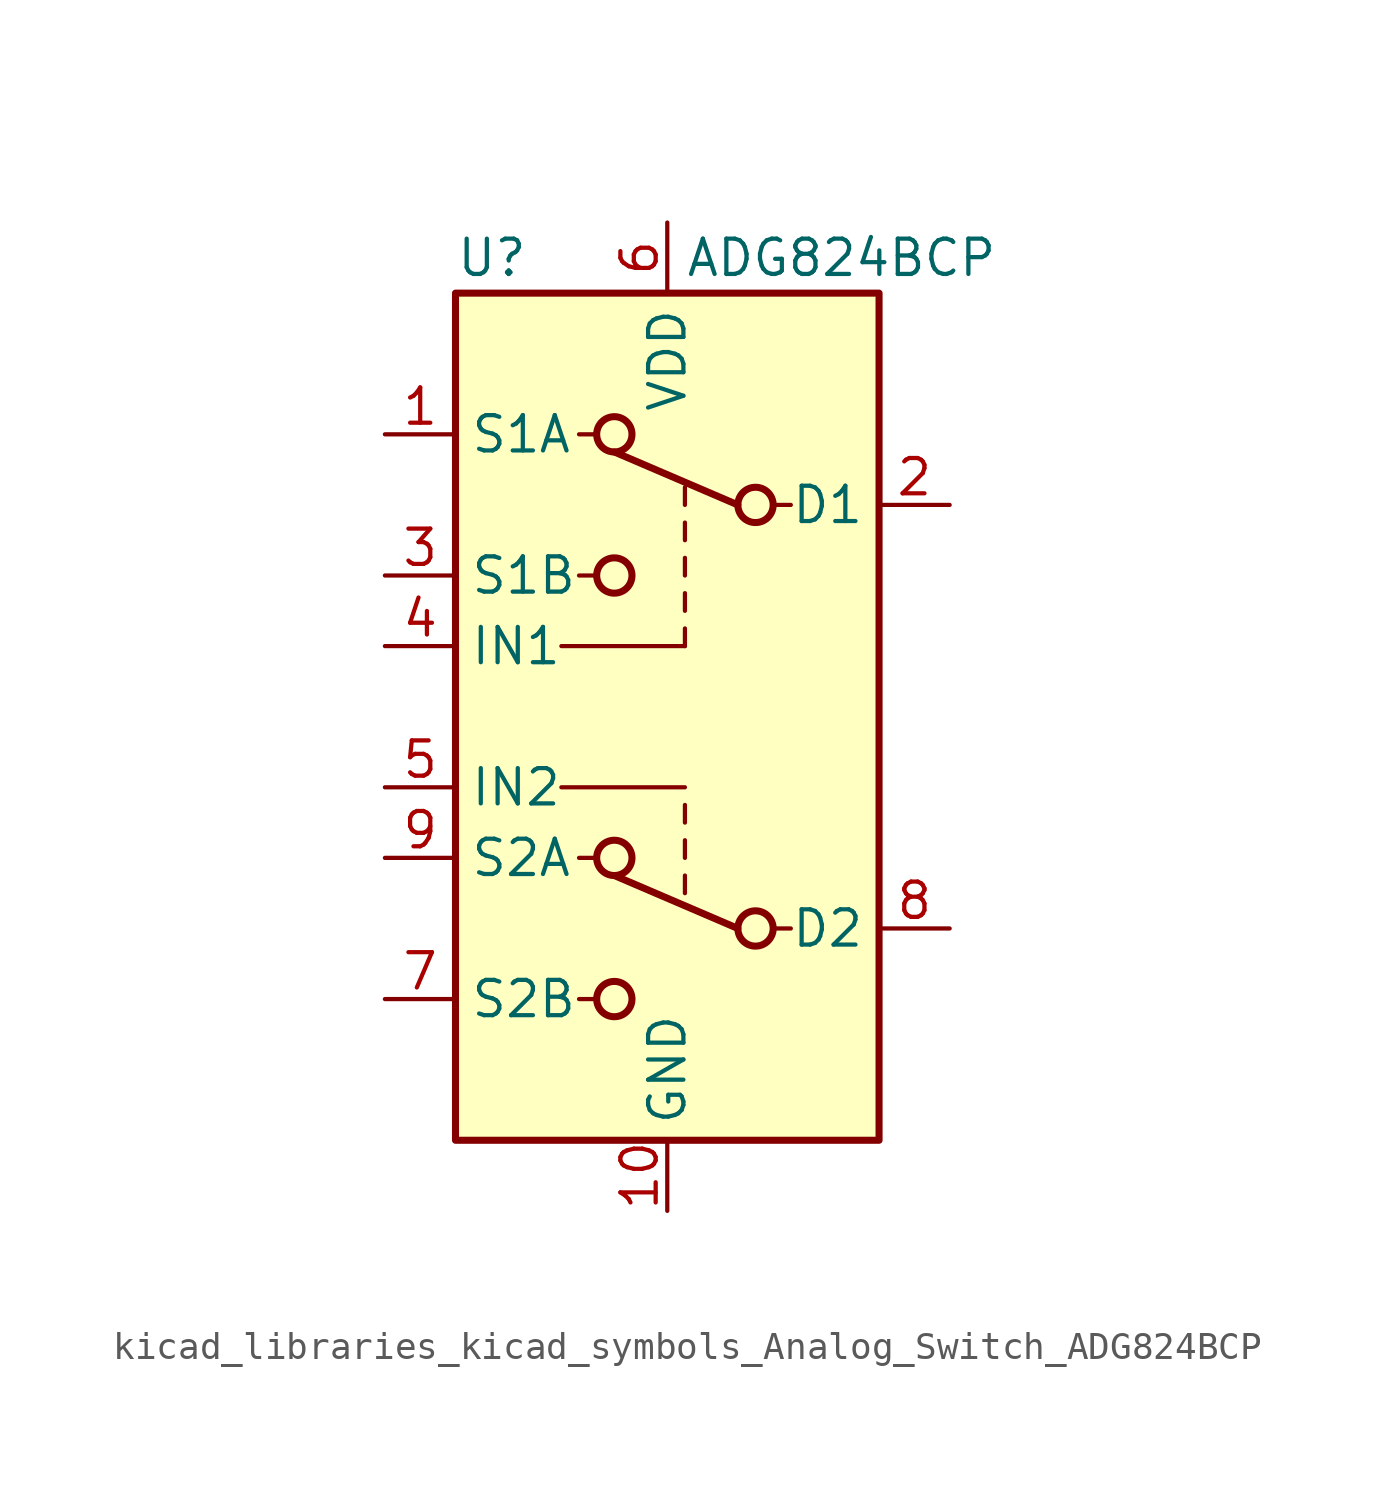
<source format=kicad_sym>
(kicad_symbol_lib
  (version 20220914)
  (generator kicad_symbol_editor)
  (symbol "kicad_libraries_kicad_symbols_Analog_Switch_ADG824BCP"
    (property "Reference" "U"
      (at -7.62 16.51 0)
      (effects (font (size 1.27 1.27)) (justify left)))
    (property "Value" "ADG824BCP"
      (at 0.635 16.51 0)
      (effects (font (size 1.27 1.27)) (justify left)))
    (symbol "kicad_libraries_kicad_symbols_Analog_Switch_ADG824BCP_0_1"
      (rectangle (start -7.62 15.24) (end 7.62 -15.24) (stroke (width 0.254) (type default)) (fill (type background)))
      (circle (center -1.905 -10.16) (radius 0.635) (stroke (width 0.254) (type default)) (fill (type none)))
      (circle (center -1.905 -5.08) (radius 0.635) (stroke (width 0.254) (type default)) (fill (type none)))
      (circle (center -1.905 5.08) (radius 0.635) (stroke (width 0.254) (type default)) (fill (type none)))
      (circle (center -1.905 10.16) (radius 0.635) (stroke (width 0.254) (type default)) (fill (type none)))
      (polyline (pts (xy -3.81 -2.54) (xy 0.635 -2.54)) (stroke (width 0) (type default)) (fill (type none)))
      (polyline (pts (xy -3.81 2.54) (xy 0.635 2.54)) (stroke (width 0) (type default)) (fill (type none)))
      (polyline (pts (xy -3.175 -10.16) (xy -2.54 -10.16)) (stroke (width 0) (type default)) (fill (type none)))
      (polyline (pts (xy -3.175 -5.08) (xy -2.54 -5.08)) (stroke (width 0) (type default)) (fill (type none)))
      (polyline (pts (xy -3.175 5.08) (xy -2.54 5.08)) (stroke (width 0) (type default)) (fill (type none)))
      (polyline (pts (xy -3.175 10.16) (xy -2.54 10.16)) (stroke (width 0) (type default)) (fill (type none)))
      (polyline (pts (xy -1.905 9.525) (xy 2.54 7.62)) (stroke (width 0.254) (type default)) (fill (type none)))
      (polyline (pts (xy 0.635 -5.715) (xy 0.635 -6.35)) (stroke (width 0) (type default)) (fill (type none)))
      (polyline (pts (xy 0.635 -4.445) (xy 0.635 -5.08)) (stroke (width 0) (type default)) (fill (type none)))
      (polyline (pts (xy 0.635 -3.175) (xy 0.635 -3.81)) (stroke (width 0) (type default)) (fill (type none)))
      (polyline (pts (xy 0.635 3.175) (xy 0.635 2.54)) (stroke (width 0) (type default)) (fill (type none)))
      (polyline (pts (xy 0.635 4.445) (xy 0.635 3.81)) (stroke (width 0) (type default)) (fill (type none)))
      (polyline (pts (xy 0.635 5.715) (xy 0.635 5.08)) (stroke (width 0) (type default)) (fill (type none)))
      (polyline (pts (xy 0.635 6.985) (xy 0.635 6.35)) (stroke (width 0) (type default)) (fill (type none)))
      (polyline (pts (xy 0.635 8.255) (xy 0.635 7.62)) (stroke (width 0) (type default)) (fill (type none)))
      (polyline (pts (xy 2.54 -7.62) (xy -1.905 -5.715)) (stroke (width 0.254) (type default)) (fill (type none)))
      (polyline (pts (xy 4.445 -7.62) (xy 3.81 -7.62)) (stroke (width 0) (type default)) (fill (type none)))
      (polyline (pts (xy 4.445 7.62) (xy 3.81 7.62)) (stroke (width 0) (type default)) (fill (type none)))
      (circle (center 3.175 -7.62) (radius 0.635) (stroke (width 0.254) (type default)) (fill (type none)))
      (circle (center 3.175 7.62) (radius 0.635) (stroke (width 0.254) (type default)) (fill (type none))))
    (symbol "kicad_libraries_kicad_symbols_Analog_Switch_ADG824BCP_1_1"
      (pin bidirectional line (at -10.16 10.16 0) (length 2.54) (name "S1A" (effects (font (size 1.27 1.27)))) (number "1" (effects (font (size 1.27 1.27)))))
      (pin power_in line (at 0 -17.78 90) (length 2.54) (name "GND" (effects (font (size 1.27 1.27)))) (number "10" (effects (font (size 1.27 1.27)))))
      (pin bidirectional line (at 10.16 7.62 180) (length 2.54) (name "D1" (effects (font (size 1.27 1.27)))) (number "2" (effects (font (size 1.27 1.27)))))
      (pin bidirectional line (at -10.16 5.08 0) (length 2.54) (name "S1B" (effects (font (size 1.27 1.27)))) (number "3" (effects (font (size 1.27 1.27)))))
      (pin input line (at -10.16 2.54 0) (length 2.54) (name "IN1" (effects (font (size 1.27 1.27)))) (number "4" (effects (font (size 1.27 1.27)))))
      (pin input line (at -10.16 -2.54 0) (length 2.54) (name "IN2" (effects (font (size 1.27 1.27)))) (number "5" (effects (font (size 1.27 1.27)))))
      (pin power_in line (at 0 17.78 270) (length 2.54) (name "VDD" (effects (font (size 1.27 1.27)))) (number "6" (effects (font (size 1.27 1.27)))))
      (pin bidirectional line (at -10.16 -10.16 0) (length 2.54) (name "S2B" (effects (font (size 1.27 1.27)))) (number "7" (effects (font (size 1.27 1.27)))))
      (pin bidirectional line (at 10.16 -7.62 180) (length 2.54) (name "D2" (effects (font (size 1.27 1.27)))) (number "8" (effects (font (size 1.27 1.27)))))
      (pin bidirectional line (at -10.16 -5.08 0) (length 2.54) (name "S2A" (effects (font (size 1.27 1.27)))) (number "9" (effects (font (size 1.27 1.27))))))))
</source>
